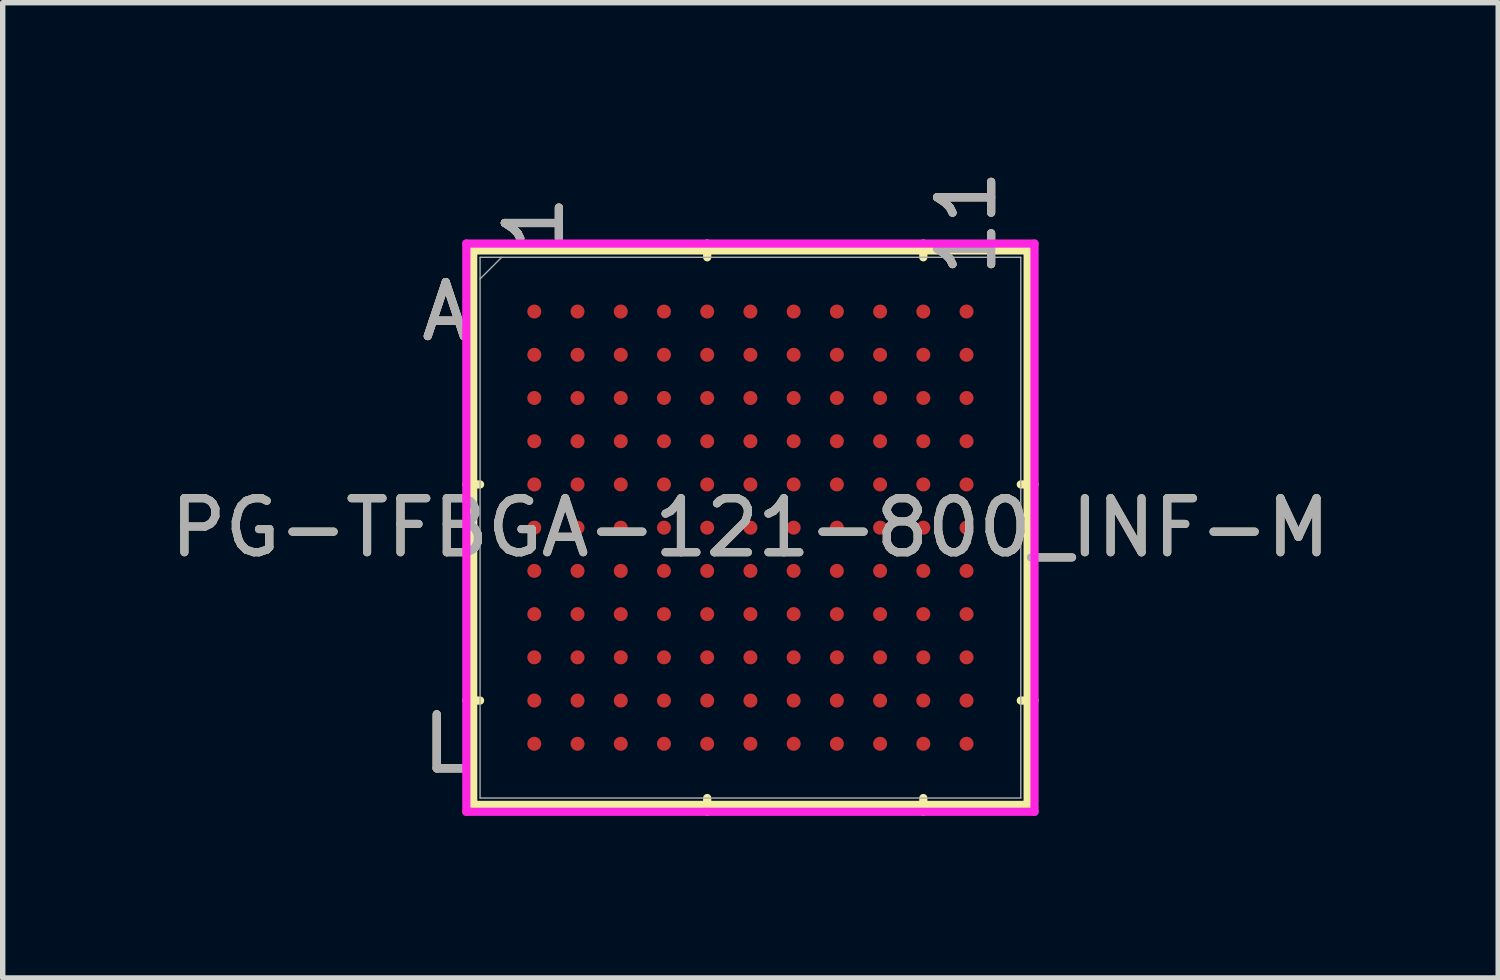
<source format=kicad_pcb>
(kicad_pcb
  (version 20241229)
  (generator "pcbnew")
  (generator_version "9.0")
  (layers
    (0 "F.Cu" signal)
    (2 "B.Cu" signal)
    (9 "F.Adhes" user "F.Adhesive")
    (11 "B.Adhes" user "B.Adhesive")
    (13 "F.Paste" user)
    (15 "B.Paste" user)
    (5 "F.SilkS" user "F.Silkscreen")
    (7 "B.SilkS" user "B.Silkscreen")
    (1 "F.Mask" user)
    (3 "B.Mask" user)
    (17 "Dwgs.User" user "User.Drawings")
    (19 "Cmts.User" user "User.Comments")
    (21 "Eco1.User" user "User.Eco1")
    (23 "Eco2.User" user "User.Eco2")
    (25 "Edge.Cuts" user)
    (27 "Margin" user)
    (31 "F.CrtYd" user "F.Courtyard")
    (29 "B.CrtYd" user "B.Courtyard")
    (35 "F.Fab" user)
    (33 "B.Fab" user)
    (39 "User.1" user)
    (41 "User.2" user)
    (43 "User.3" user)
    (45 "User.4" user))
  (footprint "PG-TFBGA-121-800_INF-M"
    (layer "F.Cu")
    (at 10.839 6.716)
    (property "Reference" "PG-TFBGA-121-800_INF-M" (at 0 0 0) (unlocked yes) (layer "F.SilkS") (effects (font (size 1 1) (thickness 0.15))))
    (attr smd)
    (fp_line (start -5.131 -5.131) (end -5.131 5.131) (stroke (width 0.152) (type solid)) (layer "F.SilkS"))
    (fp_line (start -5.131 5.131) (end 5.131 5.131) (stroke (width 0.152) (type solid)) (layer "F.SilkS"))
    (fp_line (start -5.004 -0.8) (end -5.258 -0.8) (stroke (width 0.152) (type solid)) (layer "F.SilkS"))
    (fp_line (start -5.004 3.2) (end -5.258 3.2) (stroke (width 0.152) (type solid)) (layer "F.SilkS"))
    (fp_line (start -0.8 -5.004) (end -0.8 -5.258) (stroke (width 0.152) (type solid)) (layer "F.SilkS"))
    (fp_line (start -0.8 5.004) (end -0.8 5.258) (stroke (width 0.152) (type solid)) (layer "F.SilkS"))
    (fp_line (start 3.2 -5.004) (end 3.2 -5.258) (stroke (width 0.152) (type solid)) (layer "F.SilkS"))
    (fp_line (start 3.2 5.004) (end 3.2 5.258) (stroke (width 0.152) (type solid)) (layer "F.SilkS"))
    (fp_line (start 5.004 -0.8) (end 5.258 -0.8) (stroke (width 0.152) (type solid)) (layer "F.SilkS"))
    (fp_line (start 5.004 3.2) (end 5.258 3.2) (stroke (width 0.152) (type solid)) (layer "F.SilkS"))
    (fp_line (start 5.131 -5.131) (end -5.131 -5.131) (stroke (width 0.152) (type solid)) (layer "F.SilkS"))
    (fp_line (start 5.131 5.131) (end 5.131 -5.131) (stroke (width 0.152) (type solid)) (layer "F.SilkS"))
    (fp_poly (pts (xy -4.845 -4.845) (xy 4.845 -4.845) (xy 4.845 4.845) (xy -4.845 4.845)) (stroke (width 0.1) (type solid)) (fill no) (layer "Eco2.User"))
    (fp_line (start -5.258 -5.258) (end 5.258 -5.258) (stroke (width 0.152) (type solid)) (layer "F.CrtYd"))
    (fp_line (start -5.258 5.258) (end -5.258 -5.258) (stroke (width 0.152) (type solid)) (layer "F.CrtYd"))
    (fp_line (start 5.258 -5.258) (end 5.258 5.258) (stroke (width 0.152) (type solid)) (layer "F.CrtYd"))
    (fp_line (start 5.258 5.258) (end -5.258 5.258) (stroke (width 0.152) (type solid)) (layer "F.CrtYd"))
    (fp_line (start -5.004 -5.004) (end -5.004 5.004) (stroke (width 0.025) (type solid)) (layer "F.Fab"))
    (fp_line (start -5.004 5.004) (end 5.004 5.004) (stroke (width 0.025) (type solid)) (layer "F.Fab"))
    (fp_line (start -4.604 -5.004) (end -5.004 -4.604) (stroke (width 0.025) (type solid)) (layer "F.Fab"))
    (fp_line (start 5.004 -5.004) (end -5.004 -5.004) (stroke (width 0.025) (type solid)) (layer "F.Fab"))
    (fp_line (start 5.004 5.004) (end 5.004 -5.004) (stroke (width 0.025) (type solid)) (layer "F.Fab"))
    (fp_text user "A" (at -5.639 -4 0) (unlocked yes) (layer "F.SilkS") (effects (font (size 1 1) (thickness 0.15))))
    (fp_text user "11" (at 4 -5.639 90) (unlocked yes) (layer "F.SilkS") (effects (font (size 1 1) (thickness 0.15))))
    (fp_text user "L" (at -5.639 4 0) (unlocked yes) (layer "F.SilkS") (effects (font (size 1 1) (thickness 0.15))))
    (fp_text user "1" (at -4 -5.639 90) (unlocked yes) (layer "F.SilkS") (effects (font (size 1 1) (thickness 0.15))))
    (fp_text user "11" (at 4 -5.639 90) (unlocked yes) (layer "B.SilkS") (effects (font (size 1 1) (thickness 0.15))))
    (fp_text user "1" (at -4 -5.639 90) (unlocked yes) (layer "B.SilkS") (effects (font (size 1 1) (thickness 0.15))))
    (fp_text user "A" (at -5.639 -4 0) (unlocked yes) (layer "B.SilkS") (effects (font (size 1 1) (thickness 0.15))))
    (fp_text user "L" (at -5.639 4 0) (unlocked yes) (layer "B.SilkS") (effects (font (size 1 1) (thickness 0.15))))
    (fp_text user "${REFERENCE}" (at 0 0 0) (unlocked yes) (layer "F.Fab") (effects (font (size 1 1) (thickness 0.15))))
    (fp_text user "11" (at 4 -5.639 90) (unlocked yes) (layer "F.Fab") (effects (font (size 1 1) (thickness 0.15))))
    (fp_text user "L" (at -5.639 4 0) (unlocked yes) (layer "F.Fab") (effects (font (size 1 1) (thickness 0.15))))
    (fp_text user "1" (at -4 -5.639 90) (unlocked yes) (layer "F.Fab") (effects (font (size 1 1) (thickness 0.15))))
    (fp_text user "A" (at -5.639 -4 0) (unlocked yes) (layer "F.Fab") (effects (font (size 1 1) (thickness 0.15))))
    (pad "A1" smd circle (at -4 -4) (size 0.259 0.259) (layers "F.Cu" "F.Mask" "F.Paste"))
    (pad "A2" smd circle (at -3.2 -4) (size 0.259 0.259) (layers "F.Cu" "F.Mask" "F.Paste"))
    (pad "A3" smd circle (at -2.4 -4) (size 0.259 0.259) (layers "F.Cu" "F.Mask" "F.Paste"))
    (pad "A4" smd circle (at -1.6 -4) (size 0.259 0.259) (layers "F.Cu" "F.Mask" "F.Paste"))
    (pad "A5" smd circle (at -0.8 -4) (size 0.259 0.259) (layers "F.Cu" "F.Mask" "F.Paste"))
    (pad "A6" smd circle (at 0 -4) (size 0.259 0.259) (layers "F.Cu" "F.Mask" "F.Paste"))
    (pad "A7" smd circle (at 0.8 -4) (size 0.259 0.259) (layers "F.Cu" "F.Mask" "F.Paste"))
    (pad "A8" smd circle (at 1.6 -4) (size 0.259 0.259) (layers "F.Cu" "F.Mask" "F.Paste"))
    (pad "A9" smd circle (at 2.4 -4) (size 0.259 0.259) (layers "F.Cu" "F.Mask" "F.Paste"))
    (pad "A10" smd circle (at 3.2 -4) (size 0.259 0.259) (layers "F.Cu" "F.Mask" "F.Paste"))
    (pad "A11" smd circle (at 4 -4) (size 0.259 0.259) (layers "F.Cu" "F.Mask" "F.Paste"))
    (pad "B1" smd circle (at -4 -3.2) (size 0.259 0.259) (layers "F.Cu" "F.Mask" "F.Paste"))
    (pad "B2" smd circle (at -3.2 -3.2) (size 0.259 0.259) (layers "F.Cu" "F.Mask" "F.Paste"))
    (pad "B3" smd circle (at -2.4 -3.2) (size 0.259 0.259) (layers "F.Cu" "F.Mask" "F.Paste"))
    (pad "B4" smd circle (at -1.6 -3.2) (size 0.259 0.259) (layers "F.Cu" "F.Mask" "F.Paste"))
    (pad "B5" smd circle (at -0.8 -3.2) (size 0.259 0.259) (layers "F.Cu" "F.Mask" "F.Paste"))
    (pad "B6" smd circle (at 0 -3.2) (size 0.259 0.259) (layers "F.Cu" "F.Mask" "F.Paste"))
    (pad "B7" smd circle (at 0.8 -3.2) (size 0.259 0.259) (layers "F.Cu" "F.Mask" "F.Paste"))
    (pad "B8" smd circle (at 1.6 -3.2) (size 0.259 0.259) (layers "F.Cu" "F.Mask" "F.Paste"))
    (pad "B9" smd circle (at 2.4 -3.2) (size 0.259 0.259) (layers "F.Cu" "F.Mask" "F.Paste"))
    (pad "B10" smd circle (at 3.2 -3.2) (size 0.259 0.259) (layers "F.Cu" "F.Mask" "F.Paste"))
    (pad "B11" smd circle (at 4 -3.2) (size 0.259 0.259) (layers "F.Cu" "F.Mask" "F.Paste"))
    (pad "C1" smd circle (at -4 -2.4) (size 0.259 0.259) (layers "F.Cu" "F.Mask" "F.Paste"))
    (pad "C2" smd circle (at -3.2 -2.4) (size 0.259 0.259) (layers "F.Cu" "F.Mask" "F.Paste"))
    (pad "C3" smd circle (at -2.4 -2.4) (size 0.259 0.259) (layers "F.Cu" "F.Mask" "F.Paste"))
    (pad "C4" smd circle (at -1.6 -2.4) (size 0.259 0.259) (layers "F.Cu" "F.Mask" "F.Paste"))
    (pad "C5" smd circle (at -0.8 -2.4) (size 0.259 0.259) (layers "F.Cu" "F.Mask" "F.Paste"))
    (pad "C6" smd circle (at 0 -2.4) (size 0.259 0.259) (layers "F.Cu" "F.Mask" "F.Paste"))
    (pad "C7" smd circle (at 0.8 -2.4) (size 0.259 0.259) (layers "F.Cu" "F.Mask" "F.Paste"))
    (pad "C8" smd circle (at 1.6 -2.4) (size 0.259 0.259) (layers "F.Cu" "F.Mask" "F.Paste"))
    (pad "C9" smd circle (at 2.4 -2.4) (size 0.259 0.259) (layers "F.Cu" "F.Mask" "F.Paste"))
    (pad "C10" smd circle (at 3.2 -2.4) (size 0.259 0.259) (layers "F.Cu" "F.Mask" "F.Paste"))
    (pad "C11" smd circle (at 4 -2.4) (size 0.259 0.259) (layers "F.Cu" "F.Mask" "F.Paste"))
    (pad "D1" smd circle (at -4 -1.6) (size 0.259 0.259) (layers "F.Cu" "F.Mask" "F.Paste"))
    (pad "D2" smd circle (at -3.2 -1.6) (size 0.259 0.259) (layers "F.Cu" "F.Mask" "F.Paste"))
    (pad "D3" smd circle (at -2.4 -1.6) (size 0.259 0.259) (layers "F.Cu" "F.Mask" "F.Paste"))
    (pad "D4" smd circle (at -1.6 -1.6) (size 0.259 0.259) (layers "F.Cu" "F.Mask" "F.Paste"))
    (pad "D5" smd circle (at -0.8 -1.6) (size 0.259 0.259) (layers "F.Cu" "F.Mask" "F.Paste"))
    (pad "D6" smd circle (at 0 -1.6) (size 0.259 0.259) (layers "F.Cu" "F.Mask" "F.Paste"))
    (pad "D7" smd circle (at 0.8 -1.6) (size 0.259 0.259) (layers "F.Cu" "F.Mask" "F.Paste"))
    (pad "D8" smd circle (at 1.6 -1.6) (size 0.259 0.259) (layers "F.Cu" "F.Mask" "F.Paste"))
    (pad "D9" smd circle (at 2.4 -1.6) (size 0.259 0.259) (layers "F.Cu" "F.Mask" "F.Paste"))
    (pad "D10" smd circle (at 3.2 -1.6) (size 0.259 0.259) (layers "F.Cu" "F.Mask" "F.Paste"))
    (pad "D11" smd circle (at 4 -1.6) (size 0.259 0.259) (layers "F.Cu" "F.Mask" "F.Paste"))
    (pad "E1" smd circle (at -4 -0.8) (size 0.259 0.259) (layers "F.Cu" "F.Mask" "F.Paste"))
    (pad "E2" smd circle (at -3.2 -0.8) (size 0.259 0.259) (layers "F.Cu" "F.Mask" "F.Paste"))
    (pad "E3" smd circle (at -2.4 -0.8) (size 0.259 0.259) (layers "F.Cu" "F.Mask" "F.Paste"))
    (pad "E4" smd circle (at -1.6 -0.8) (size 0.259 0.259) (layers "F.Cu" "F.Mask" "F.Paste"))
    (pad "E5" smd circle (at -0.8 -0.8) (size 0.259 0.259) (layers "F.Cu" "F.Mask" "F.Paste"))
    (pad "E6" smd circle (at 0 -0.8) (size 0.259 0.259) (layers "F.Cu" "F.Mask" "F.Paste"))
    (pad "E7" smd circle (at 0.8 -0.8) (size 0.259 0.259) (layers "F.Cu" "F.Mask" "F.Paste"))
    (pad "E8" smd circle (at 1.6 -0.8) (size 0.259 0.259) (layers "F.Cu" "F.Mask" "F.Paste"))
    (pad "E9" smd circle (at 2.4 -0.8) (size 0.259 0.259) (layers "F.Cu" "F.Mask" "F.Paste"))
    (pad "E10" smd circle (at 3.2 -0.8) (size 0.259 0.259) (layers "F.Cu" "F.Mask" "F.Paste"))
    (pad "E11" smd circle (at 4 -0.8) (size 0.259 0.259) (layers "F.Cu" "F.Mask" "F.Paste"))
    (pad "F1" smd circle (at -4 0) (size 0.259 0.259) (layers "F.Cu" "F.Mask" "F.Paste"))
    (pad "F2" smd circle (at -3.2 0) (size 0.259 0.259) (layers "F.Cu" "F.Mask" "F.Paste"))
    (pad "F3" smd circle (at -2.4 0) (size 0.259 0.259) (layers "F.Cu" "F.Mask" "F.Paste"))
    (pad "F4" smd circle (at -1.6 0) (size 0.259 0.259) (layers "F.Cu" "F.Mask" "F.Paste"))
    (pad "F5" smd circle (at -0.8 0) (size 0.259 0.259) (layers "F.Cu" "F.Mask" "F.Paste"))
    (pad "F6" smd circle (at 0 0) (size 0.259 0.259) (layers "F.Cu" "F.Mask" "F.Paste"))
    (pad "F7" smd circle (at 0.8 0) (size 0.259 0.259) (layers "F.Cu" "F.Mask" "F.Paste"))
    (pad "F8" smd circle (at 1.6 0) (size 0.259 0.259) (layers "F.Cu" "F.Mask" "F.Paste"))
    (pad "F9" smd circle (at 2.4 0) (size 0.259 0.259) (layers "F.Cu" "F.Mask" "F.Paste"))
    (pad "F10" smd circle (at 3.2 0) (size 0.259 0.259) (layers "F.Cu" "F.Mask" "F.Paste"))
    (pad "F11" smd circle (at 4 0) (size 0.259 0.259) (layers "F.Cu" "F.Mask" "F.Paste"))
    (pad "G1" smd circle (at -4 0.8) (size 0.259 0.259) (layers "F.Cu" "F.Mask" "F.Paste"))
    (pad "G2" smd circle (at -3.2 0.8) (size 0.259 0.259) (layers "F.Cu" "F.Mask" "F.Paste"))
    (pad "G3" smd circle (at -2.4 0.8) (size 0.259 0.259) (layers "F.Cu" "F.Mask" "F.Paste"))
    (pad "G4" smd circle (at -1.6 0.8) (size 0.259 0.259) (layers "F.Cu" "F.Mask" "F.Paste"))
    (pad "G5" smd circle (at -0.8 0.8) (size 0.259 0.259) (layers "F.Cu" "F.Mask" "F.Paste"))
    (pad "G6" smd circle (at 0 0.8) (size 0.259 0.259) (layers "F.Cu" "F.Mask" "F.Paste"))
    (pad "G7" smd circle (at 0.8 0.8) (size 0.259 0.259) (layers "F.Cu" "F.Mask" "F.Paste"))
    (pad "G8" smd circle (at 1.6 0.8) (size 0.259 0.259) (layers "F.Cu" "F.Mask" "F.Paste"))
    (pad "G9" smd circle (at 2.4 0.8) (size 0.259 0.259) (layers "F.Cu" "F.Mask" "F.Paste"))
    (pad "G10" smd circle (at 3.2 0.8) (size 0.259 0.259) (layers "F.Cu" "F.Mask" "F.Paste"))
    (pad "G11" smd circle (at 4 0.8) (size 0.259 0.259) (layers "F.Cu" "F.Mask" "F.Paste"))
    (pad "H1" smd circle (at -4 1.6) (size 0.259 0.259) (layers "F.Cu" "F.Mask" "F.Paste"))
    (pad "H2" smd circle (at -3.2 1.6) (size 0.259 0.259) (layers "F.Cu" "F.Mask" "F.Paste"))
    (pad "H3" smd circle (at -2.4 1.6) (size 0.259 0.259) (layers "F.Cu" "F.Mask" "F.Paste"))
    (pad "H4" smd circle (at -1.6 1.6) (size 0.259 0.259) (layers "F.Cu" "F.Mask" "F.Paste"))
    (pad "H5" smd circle (at -0.8 1.6) (size 0.259 0.259) (layers "F.Cu" "F.Mask" "F.Paste"))
    (pad "H6" smd circle (at 0 1.6) (size 0.259 0.259) (layers "F.Cu" "F.Mask" "F.Paste"))
    (pad "H7" smd circle (at 0.8 1.6) (size 0.259 0.259) (layers "F.Cu" "F.Mask" "F.Paste"))
    (pad "H8" smd circle (at 1.6 1.6) (size 0.259 0.259) (layers "F.Cu" "F.Mask" "F.Paste"))
    (pad "H9" smd circle (at 2.4 1.6) (size 0.259 0.259) (layers "F.Cu" "F.Mask" "F.Paste"))
    (pad "H10" smd circle (at 3.2 1.6) (size 0.259 0.259) (layers "F.Cu" "F.Mask" "F.Paste"))
    (pad "H11" smd circle (at 4 1.6) (size 0.259 0.259) (layers "F.Cu" "F.Mask" "F.Paste"))
    (pad "J1" smd circle (at -4 2.4) (size 0.259 0.259) (layers "F.Cu" "F.Mask" "F.Paste"))
    (pad "J2" smd circle (at -3.2 2.4) (size 0.259 0.259) (layers "F.Cu" "F.Mask" "F.Paste"))
    (pad "J3" smd circle (at -2.4 2.4) (size 0.259 0.259) (layers "F.Cu" "F.Mask" "F.Paste"))
    (pad "J4" smd circle (at -1.6 2.4) (size 0.259 0.259) (layers "F.Cu" "F.Mask" "F.Paste"))
    (pad "J5" smd circle (at -0.8 2.4) (size 0.259 0.259) (layers "F.Cu" "F.Mask" "F.Paste"))
    (pad "J6" smd circle (at 0 2.4) (size 0.259 0.259) (layers "F.Cu" "F.Mask" "F.Paste"))
    (pad "J7" smd circle (at 0.8 2.4) (size 0.259 0.259) (layers "F.Cu" "F.Mask" "F.Paste"))
    (pad "J8" smd circle (at 1.6 2.4) (size 0.259 0.259) (layers "F.Cu" "F.Mask" "F.Paste"))
    (pad "J9" smd circle (at 2.4 2.4) (size 0.259 0.259) (layers "F.Cu" "F.Mask" "F.Paste"))
    (pad "J10" smd circle (at 3.2 2.4) (size 0.259 0.259) (layers "F.Cu" "F.Mask" "F.Paste"))
    (pad "J11" smd circle (at 4 2.4) (size 0.259 0.259) (layers "F.Cu" "F.Mask" "F.Paste"))
    (pad "K1" smd circle (at -4 3.2) (size 0.259 0.259) (layers "F.Cu" "F.Mask" "F.Paste"))
    (pad "K2" smd circle (at -3.2 3.2) (size 0.259 0.259) (layers "F.Cu" "F.Mask" "F.Paste"))
    (pad "K3" smd circle (at -2.4 3.2) (size 0.259 0.259) (layers "F.Cu" "F.Mask" "F.Paste"))
    (pad "K4" smd circle (at -1.6 3.2) (size 0.259 0.259) (layers "F.Cu" "F.Mask" "F.Paste"))
    (pad "K5" smd circle (at -0.8 3.2) (size 0.259 0.259) (layers "F.Cu" "F.Mask" "F.Paste"))
    (pad "K6" smd circle (at 0 3.2) (size 0.259 0.259) (layers "F.Cu" "F.Mask" "F.Paste"))
    (pad "K7" smd circle (at 0.8 3.2) (size 0.259 0.259) (layers "F.Cu" "F.Mask" "F.Paste"))
    (pad "K8" smd circle (at 1.6 3.2) (size 0.259 0.259) (layers "F.Cu" "F.Mask" "F.Paste"))
    (pad "K9" smd circle (at 2.4 3.2) (size 0.259 0.259) (layers "F.Cu" "F.Mask" "F.Paste"))
    (pad "K10" smd circle (at 3.2 3.2) (size 0.259 0.259) (layers "F.Cu" "F.Mask" "F.Paste"))
    (pad "K11" smd circle (at 4 3.2) (size 0.259 0.259) (layers "F.Cu" "F.Mask" "F.Paste"))
    (pad "L1" smd circle (at -4 4) (size 0.259 0.259) (layers "F.Cu" "F.Mask" "F.Paste"))
    (pad "L2" smd circle (at -3.2 4) (size 0.259 0.259) (layers "F.Cu" "F.Mask" "F.Paste"))
    (pad "L3" smd circle (at -2.4 4) (size 0.259 0.259) (layers "F.Cu" "F.Mask" "F.Paste"))
    (pad "L4" smd circle (at -1.6 4) (size 0.259 0.259) (layers "F.Cu" "F.Mask" "F.Paste"))
    (pad "L5" smd circle (at -0.8 4) (size 0.259 0.259) (layers "F.Cu" "F.Mask" "F.Paste"))
    (pad "L6" smd circle (at 0 4) (size 0.259 0.259) (layers "F.Cu" "F.Mask" "F.Paste"))
    (pad "L7" smd circle (at 0.8 4) (size 0.259 0.259) (layers "F.Cu" "F.Mask" "F.Paste"))
    (pad "L8" smd circle (at 1.6 4) (size 0.259 0.259) (layers "F.Cu" "F.Mask" "F.Paste"))
    (pad "L9" smd circle (at 2.4 4) (size 0.259 0.259) (layers "F.Cu" "F.Mask" "F.Paste"))
    (pad "L10" smd circle (at 3.2 4) (size 0.259 0.259) (layers "F.Cu" "F.Mask" "F.Paste"))
    (pad "L11" smd circle (at 4 4) (size 0.259 0.259) (layers "F.Cu" "F.Mask" "F.Paste")))
  (gr_rect
    (start -3 -3)
    (end 24.679 15.05)
    (stroke (width 0.1) (type default))
    (fill no)
    (layer "Edge.Cuts")))
</source>
